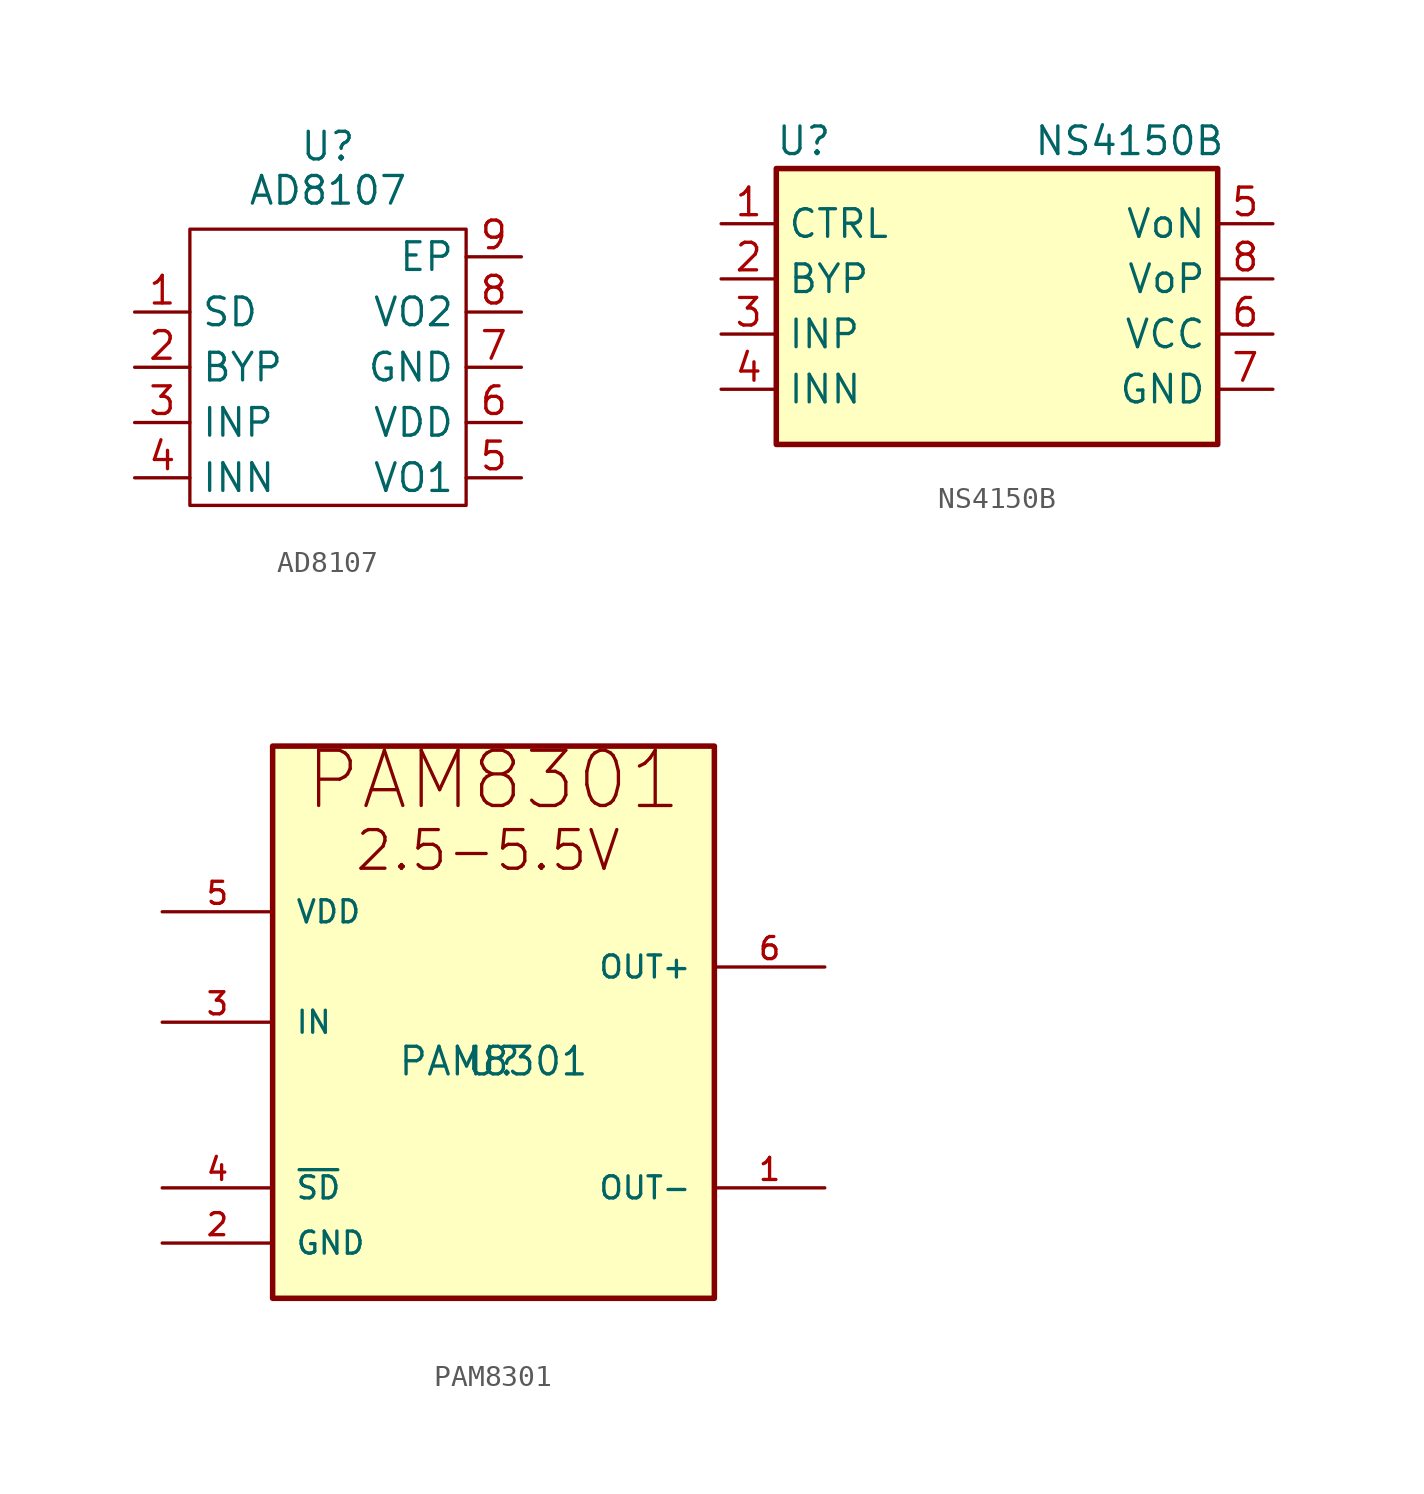
<source format=kicad_sym>
(kicad_symbol_lib
  (version 20241209)
  (generator "kicad_symbol_editor")
  (generator_version "9.0")
  (symbol "AD8107"
    (property "Reference" "U"
      (at 0 10.16 0)
      (effects (font (size 1.27 1.27))))
    (property "Value" "AD8107"
      (at 0 8.128 0)
      (effects (font (size 1.27 1.27))))
    (symbol "AD8107_0_1"
      (rectangle (start -6.35 6.35) (end 6.35 -6.35) (stroke (width 0) (type default)) (fill (type none))))
    (symbol "AD8107_1_1"
      (pin input line (at -8.89 2.54 0) (length 2.54) (name "SD" (effects (font (size 1.27 1.27)))) (number "1" (effects (font (size 1.27 1.27)))))
      (pin input line (at -8.89 0 0) (length 2.54) (name "BYP" (effects (font (size 1.27 1.27)))) (number "2" (effects (font (size 1.27 1.27)))))
      (pin input line (at -8.89 -2.54 0) (length 2.54) (name "INP" (effects (font (size 1.27 1.27)))) (number "3" (effects (font (size 1.27 1.27)))))
      (pin input line (at -8.89 -5.08 0) (length 2.54) (name "INN" (effects (font (size 1.27 1.27)))) (number "4" (effects (font (size 1.27 1.27)))))
      (pin passive line (at 8.89 5.08 180) (length 2.54) (name "EP" (effects (font (size 1.27 1.27)))) (number "9" (effects (font (size 1.27 1.27)))))
      (pin output line (at 8.89 2.54 180) (length 2.54) (name "VO2" (effects (font (size 1.27 1.27)))) (number "8" (effects (font (size 1.27 1.27)))))
      (pin power_in line (at 8.89 0 180) (length 2.54) (name "GND" (effects (font (size 1.27 1.27)))) (number "7" (effects (font (size 1.27 1.27)))))
      (pin power_in line (at 8.89 -2.54 180) (length 2.54) (name "VDD" (effects (font (size 1.27 1.27)))) (number "6" (effects (font (size 1.27 1.27)))))
      (pin output line (at 8.89 -5.08 180) (length 2.54) (name "VO1" (effects (font (size 1.27 1.27)))) (number "5" (effects (font (size 1.27 1.27)))))))
  (symbol "NS4150B"
    (property "Reference" "U"
      (at -8.89 7.62 0)
      (effects (font (size 1.27 1.27))))
    (property "Value" "NS4150B"
      (at 6.096 7.62 0)
      (effects (font (size 1.27 1.27))))
    (symbol "NS4150B_1_1"
      (rectangle (start -10.16 6.35) (end 10.16 -6.35) (stroke (width 0.254) (type default)) (fill (type background)))
      (pin input line (at -12.7 3.81 0) (length 2.54) (name "CTRL" (effects (font (size 1.27 1.27)))) (number "1" (effects (font (size 1.27 1.27)))))
      (pin input line (at -12.7 1.27 0) (length 2.54) (name "BYP" (effects (font (size 1.27 1.27)))) (number "2" (effects (font (size 1.27 1.27)))))
      (pin input line (at -12.7 -1.27 0) (length 2.54) (name "INP" (effects (font (size 1.27 1.27)))) (number "3" (effects (font (size 1.27 1.27)))))
      (pin input line (at -12.7 -3.81 0) (length 2.54) (name "INN" (effects (font (size 1.27 1.27)))) (number "4" (effects (font (size 1.27 1.27)))))
      (pin output line (at 12.7 3.81 180) (length 2.54) (name "VoN" (effects (font (size 1.27 1.27)))) (number "5" (effects (font (size 1.27 1.27)))))
      (pin output line (at 12.7 1.27 180) (length 2.54) (name "VoP" (effects (font (size 1.27 1.27)))) (number "8" (effects (font (size 1.27 1.27)))))
      (pin power_in line (at 12.7 -1.27 180) (length 2.54) (name "VCC" (effects (font (size 1.27 1.27)))) (number "6" (effects (font (size 1.27 1.27)))))
      (pin power_in line (at 12.7 -3.81 180) (length 2.54) (name "GND" (effects (font (size 1.27 1.27)))) (number "7" (effects (font (size 1.27 1.27)))))))
  (symbol "PAM8301"
    (pin_names
      (offset 1.016))
    (property "Reference" "U"
      (at 0 0 0)
      (effects (font (size 1.27 1.27)) (justify bottom)))
    (property "Value" "PAM8301"
      (at 0 0 0)
      (effects (font (size 1.27 1.27)) (justify bottom)))
    (symbol "PAM8301_0_0"
      (rectangle (start -10.16 -10.16) (end 10.16 15.24) (stroke (width 0.254) (type default)) (fill (type background)))
      (text "2.5-5.5V" (at -0.254 9.398 0) (effects (font (size 1.778 1.778)) (justify bottom)))
      (text "PAM8301" (at 0 12.192 0) (effects (font (size 2.54 2.54)) (justify bottom)))
      (pin bidirectional line (at -15.24 7.62 0) (length 5.08) (name "VDD" (effects (font (size 1.016 1.016)))) (number "5" (effects (font (size 1.016 1.016)))))
      (pin bidirectional line (at -15.24 2.54 0) (length 5.08) (name "IN" (effects (font (size 1.016 1.016)))) (number "3" (effects (font (size 1.016 1.016)))))
      (pin bidirectional line (at -15.24 -5.08 0) (length 5.08) (name "~{SD}" (effects (font (size 1.016 1.016)))) (number "4" (effects (font (size 1.016 1.016)))))
      (pin bidirectional line (at -15.24 -7.62 0) (length 5.08) (name "GND" (effects (font (size 1.016 1.016)))) (number "2" (effects (font (size 1.016 1.016)))))
      (pin bidirectional line (at 15.24 5.08 180) (length 5.08) (name "OUT+" (effects (font (size 1.016 1.016)))) (number "6" (effects (font (size 1.016 1.016)))))
      (pin bidirectional line (at 15.24 -5.08 180) (length 5.08) (name "OUT-" (effects (font (size 1.016 1.016)))) (number "1" (effects (font (size 1.016 1.016))))))))
</source>
